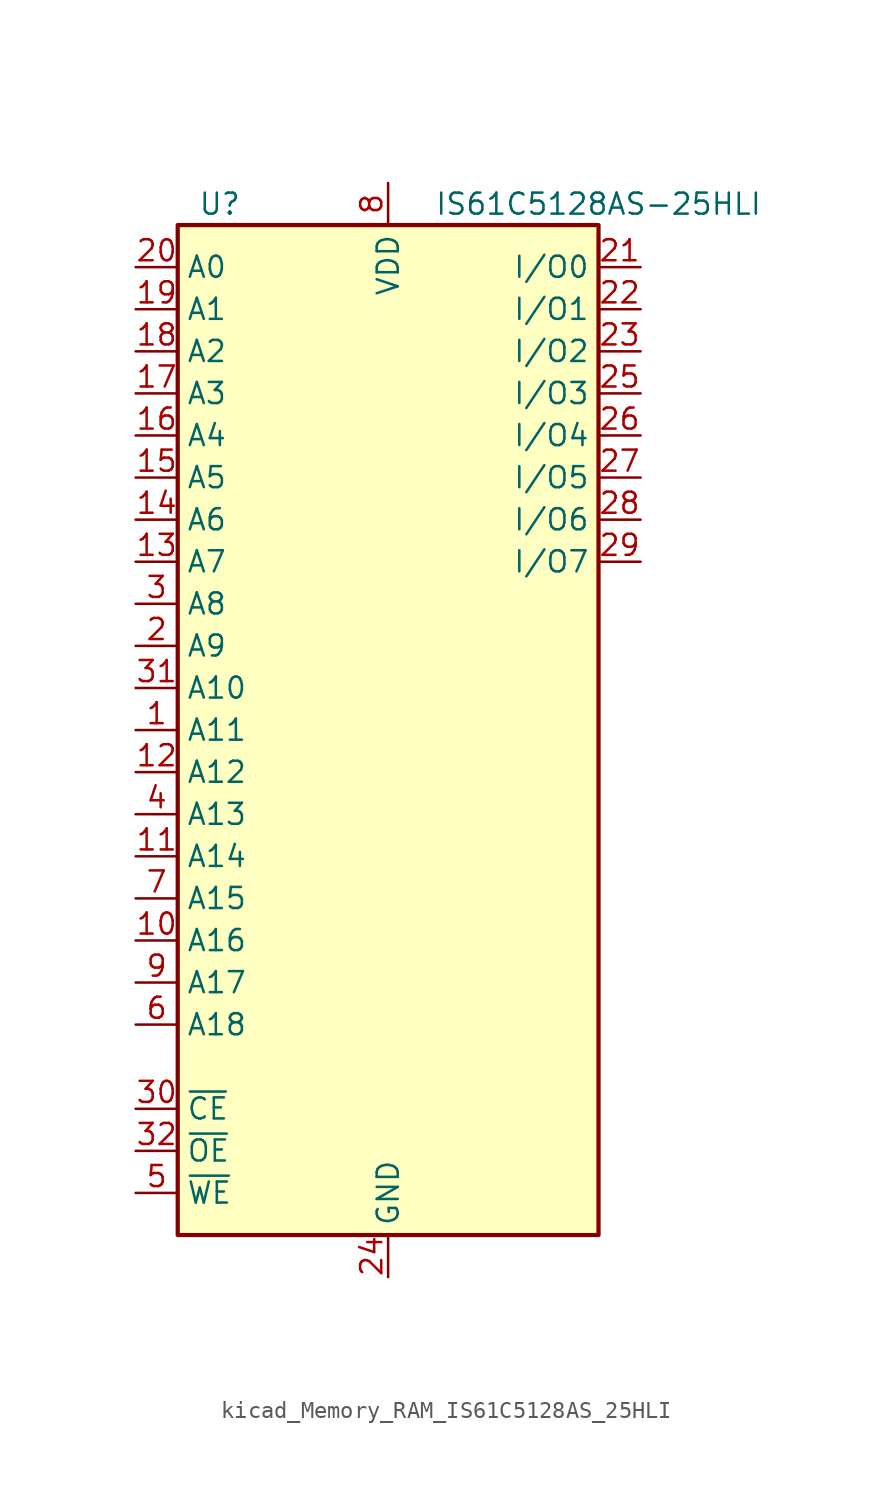
<source format=kicad_sym>
(kicad_symbol_lib
  (version 20220914)
  (generator kicad_symbol_editor)
  (symbol "kicad_Memory_RAM_IS61C5128AS_25HLI"
    (property "Reference" "U"
      (at -10.16 31.75 0)
      (effects (font (size 1.27 1.27))))
    (property "Value" "IS61C5128AS-25HLI"
      (at 12.7 31.75 0)
      (effects (font (size 1.27 1.27))))
    (symbol "kicad_Memory_RAM_IS61C5128AS_25HLI_0_1"
      (rectangle (start -12.7 30.48) (end 12.7 -30.48) (stroke (width 0.254) (type default)) (fill (type background))))
    (symbol "kicad_Memory_RAM_IS61C5128AS_25HLI_1_1"
      (pin input line (at -15.24 0 0) (length 2.54) (name "A11" (effects (font (size 1.27 1.27)))) (number "1" (effects (font (size 1.27 1.27)))))
      (pin input line (at -15.24 -12.7 0) (length 2.54) (name "A16" (effects (font (size 1.27 1.27)))) (number "10" (effects (font (size 1.27 1.27)))))
      (pin input line (at -15.24 -7.62 0) (length 2.54) (name "A14" (effects (font (size 1.27 1.27)))) (number "11" (effects (font (size 1.27 1.27)))))
      (pin input line (at -15.24 -2.54 0) (length 2.54) (name "A12" (effects (font (size 1.27 1.27)))) (number "12" (effects (font (size 1.27 1.27)))))
      (pin input line (at -15.24 10.16 0) (length 2.54) (name "A7" (effects (font (size 1.27 1.27)))) (number "13" (effects (font (size 1.27 1.27)))))
      (pin input line (at -15.24 12.7 0) (length 2.54) (name "A6" (effects (font (size 1.27 1.27)))) (number "14" (effects (font (size 1.27 1.27)))))
      (pin input line (at -15.24 15.24 0) (length 2.54) (name "A5" (effects (font (size 1.27 1.27)))) (number "15" (effects (font (size 1.27 1.27)))))
      (pin input line (at -15.24 17.78 0) (length 2.54) (name "A4" (effects (font (size 1.27 1.27)))) (number "16" (effects (font (size 1.27 1.27)))))
      (pin input line (at -15.24 20.32 0) (length 2.54) (name "A3" (effects (font (size 1.27 1.27)))) (number "17" (effects (font (size 1.27 1.27)))))
      (pin input line (at -15.24 22.86 0) (length 2.54) (name "A2" (effects (font (size 1.27 1.27)))) (number "18" (effects (font (size 1.27 1.27)))))
      (pin input line (at -15.24 25.4 0) (length 2.54) (name "A1" (effects (font (size 1.27 1.27)))) (number "19" (effects (font (size 1.27 1.27)))))
      (pin input line (at -15.24 5.08 0) (length 2.54) (name "A9" (effects (font (size 1.27 1.27)))) (number "2" (effects (font (size 1.27 1.27)))))
      (pin input line (at -15.24 27.94 0) (length 2.54) (name "A0" (effects (font (size 1.27 1.27)))) (number "20" (effects (font (size 1.27 1.27)))))
      (pin bidirectional line (at 15.24 27.94 180) (length 2.54) (name "I/O0" (effects (font (size 1.27 1.27)))) (number "21" (effects (font (size 1.27 1.27)))))
      (pin bidirectional line (at 15.24 25.4 180) (length 2.54) (name "I/O1" (effects (font (size 1.27 1.27)))) (number "22" (effects (font (size 1.27 1.27)))))
      (pin bidirectional line (at 15.24 22.86 180) (length 2.54) (name "I/O2" (effects (font (size 1.27 1.27)))) (number "23" (effects (font (size 1.27 1.27)))))
      (pin power_in line (at 0 -33.02 90) (length 2.54) (name "GND" (effects (font (size 1.27 1.27)))) (number "24" (effects (font (size 1.27 1.27)))))
      (pin bidirectional line (at 15.24 20.32 180) (length 2.54) (name "I/O3" (effects (font (size 1.27 1.27)))) (number "25" (effects (font (size 1.27 1.27)))))
      (pin bidirectional line (at 15.24 17.78 180) (length 2.54) (name "I/O4" (effects (font (size 1.27 1.27)))) (number "26" (effects (font (size 1.27 1.27)))))
      (pin bidirectional line (at 15.24 15.24 180) (length 2.54) (name "I/O5" (effects (font (size 1.27 1.27)))) (number "27" (effects (font (size 1.27 1.27)))))
      (pin bidirectional line (at 15.24 12.7 180) (length 2.54) (name "I/O6" (effects (font (size 1.27 1.27)))) (number "28" (effects (font (size 1.27 1.27)))))
      (pin bidirectional line (at 15.24 10.16 180) (length 2.54) (name "I/O7" (effects (font (size 1.27 1.27)))) (number "29" (effects (font (size 1.27 1.27)))))
      (pin input line (at -15.24 7.62 0) (length 2.54) (name "A8" (effects (font (size 1.27 1.27)))) (number "3" (effects (font (size 1.27 1.27)))))
      (pin input line (at -15.24 -22.86 0) (length 2.54) (name "~{CE}" (effects (font (size 1.27 1.27)))) (number "30" (effects (font (size 1.27 1.27)))))
      (pin input line (at -15.24 2.54 0) (length 2.54) (name "A10" (effects (font (size 1.27 1.27)))) (number "31" (effects (font (size 1.27 1.27)))))
      (pin input line (at -15.24 -25.4 0) (length 2.54) (name "~{OE}" (effects (font (size 1.27 1.27)))) (number "32" (effects (font (size 1.27 1.27)))))
      (pin input line (at -15.24 -5.08 0) (length 2.54) (name "A13" (effects (font (size 1.27 1.27)))) (number "4" (effects (font (size 1.27 1.27)))))
      (pin input line (at -15.24 -27.94 0) (length 2.54) (name "~{WE}" (effects (font (size 1.27 1.27)))) (number "5" (effects (font (size 1.27 1.27)))))
      (pin input line (at -15.24 -17.78 0) (length 2.54) (name "A18" (effects (font (size 1.27 1.27)))) (number "6" (effects (font (size 1.27 1.27)))))
      (pin input line (at -15.24 -10.16 0) (length 2.54) (name "A15" (effects (font (size 1.27 1.27)))) (number "7" (effects (font (size 1.27 1.27)))))
      (pin power_in line (at 0 33.02 270) (length 2.54) (name "VDD" (effects (font (size 1.27 1.27)))) (number "8" (effects (font (size 1.27 1.27)))))
      (pin input line (at -15.24 -15.24 0) (length 2.54) (name "A17" (effects (font (size 1.27 1.27)))) (number "9" (effects (font (size 1.27 1.27))))))))
</source>
